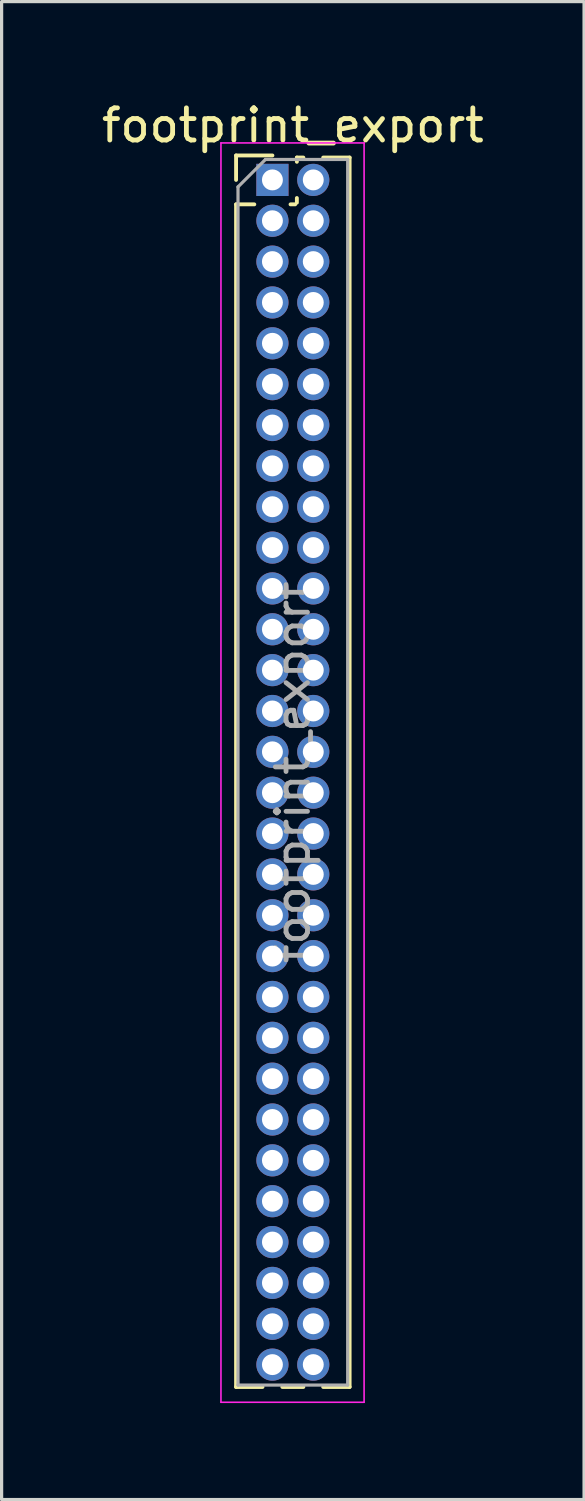
<source format=kicad_pcb>
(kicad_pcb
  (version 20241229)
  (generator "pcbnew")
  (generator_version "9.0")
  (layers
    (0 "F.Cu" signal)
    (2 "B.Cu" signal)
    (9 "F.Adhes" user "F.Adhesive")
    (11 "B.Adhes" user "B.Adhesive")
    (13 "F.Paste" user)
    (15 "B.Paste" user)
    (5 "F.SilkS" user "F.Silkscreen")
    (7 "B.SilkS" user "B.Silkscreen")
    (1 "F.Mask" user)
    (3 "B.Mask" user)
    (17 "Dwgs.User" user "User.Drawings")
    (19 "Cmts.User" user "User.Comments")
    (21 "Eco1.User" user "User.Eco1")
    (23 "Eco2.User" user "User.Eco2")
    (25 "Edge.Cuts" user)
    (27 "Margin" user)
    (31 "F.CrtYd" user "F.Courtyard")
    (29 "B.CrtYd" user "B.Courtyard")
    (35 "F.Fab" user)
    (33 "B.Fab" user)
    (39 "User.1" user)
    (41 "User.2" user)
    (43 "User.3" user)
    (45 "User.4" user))
  (footprint "footprint_export"
    (layer "F.Cu")
    (at 5.419 2.543)
    (property "Reference" "footprint_export" (at 0.635 -1.695 0) (layer "F.SilkS") (effects (font (size 1 1) (thickness 0.15))))
    (attr through_hole)
    (fp_line (start -1.13 -0.76) (end 0 -0.76) (stroke (width 0.12) (type solid)) (layer "F.SilkS"))
    (fp_line (start -1.13 0) (end -1.13 -0.76) (stroke (width 0.12) (type solid)) (layer "F.SilkS"))
    (fp_line (start -1.13 0.76) (end -1.13 37.525) (stroke (width 0.12) (type solid)) (layer "F.SilkS"))
    (fp_line (start -1.13 0.76) (end -0.563 0.76) (stroke (width 0.12) (type solid)) (layer "F.SilkS"))
    (fp_line (start -1.13 37.525) (end -0.308 37.525) (stroke (width 0.12) (type solid)) (layer "F.SilkS"))
    (fp_line (start 0.308 37.525) (end 0.962 37.525) (stroke (width 0.12) (type solid)) (layer "F.SilkS"))
    (fp_line (start 0.563 0.76) (end 0.707 0.76) (stroke (width 0.12) (type solid)) (layer "F.SilkS"))
    (fp_line (start 0.76 -0.695) (end 0.962 -0.695) (stroke (width 0.12) (type solid)) (layer "F.SilkS"))
    (fp_line (start 0.76 -0.563) (end 0.76 -0.695) (stroke (width 0.12) (type solid)) (layer "F.SilkS"))
    (fp_line (start 0.76 0.707) (end 0.76 0.563) (stroke (width 0.12) (type solid)) (layer "F.SilkS"))
    (fp_line (start 1.578 -0.695) (end 2.4 -0.695) (stroke (width 0.12) (type solid)) (layer "F.SilkS"))
    (fp_line (start 1.578 37.525) (end 2.4 37.525) (stroke (width 0.12) (type solid)) (layer "F.SilkS"))
    (fp_line (start 2.4 -0.695) (end 2.4 37.525) (stroke (width 0.12) (type solid)) (layer "F.SilkS"))
    (fp_line (start -1.6 -1.15) (end -1.6 38) (stroke (width 0.05) (type solid)) (layer "F.CrtYd"))
    (fp_line (start -1.6 38) (end 2.85 38) (stroke (width 0.05) (type solid)) (layer "F.CrtYd"))
    (fp_line (start 2.85 -1.15) (end -1.6 -1.15) (stroke (width 0.05) (type solid)) (layer "F.CrtYd"))
    (fp_line (start 2.85 38) (end 2.85 -1.15) (stroke (width 0.05) (type solid)) (layer "F.CrtYd"))
    (fp_line (start -1.07 0.217) (end -0.217 -0.635) (stroke (width 0.1) (type solid)) (layer "F.Fab"))
    (fp_line (start -1.07 37.465) (end -1.07 0.217) (stroke (width 0.1) (type solid)) (layer "F.Fab"))
    (fp_line (start -0.217 -0.635) (end 2.34 -0.635) (stroke (width 0.1) (type solid)) (layer "F.Fab"))
    (fp_line (start 2.34 -0.635) (end 2.34 37.465) (stroke (width 0.1) (type solid)) (layer "F.Fab"))
    (fp_line (start 2.34 37.465) (end -1.07 37.465) (stroke (width 0.1) (type solid)) (layer "F.Fab"))
    (fp_text user "${REFERENCE}" (at 0.635 18.415 90) (layer "F.Fab") (effects (font (size 1 1) (thickness 0.15))))
    (pad "1" thru_hole rect (at 0 0) (size 1 1) (drill 0.65) (layers "*.Cu" "*.Mask"))
    (pad "2" thru_hole oval (at 1.27 0) (size 1 1) (drill 0.65) (layers "*.Cu" "*.Mask"))
    (pad "3" thru_hole oval (at 0 1.27) (size 1 1) (drill 0.65) (layers "*.Cu" "*.Mask"))
    (pad "4" thru_hole oval (at 1.27 1.27) (size 1 1) (drill 0.65) (layers "*.Cu" "*.Mask"))
    (pad "5" thru_hole oval (at 0 2.54) (size 1 1) (drill 0.65) (layers "*.Cu" "*.Mask"))
    (pad "6" thru_hole oval (at 1.27 2.54) (size 1 1) (drill 0.65) (layers "*.Cu" "*.Mask"))
    (pad "7" thru_hole oval (at 0 3.81) (size 1 1) (drill 0.65) (layers "*.Cu" "*.Mask"))
    (pad "8" thru_hole oval (at 1.27 3.81) (size 1 1) (drill 0.65) (layers "*.Cu" "*.Mask"))
    (pad "9" thru_hole oval (at 0 5.08) (size 1 1) (drill 0.65) (layers "*.Cu" "*.Mask"))
    (pad "10" thru_hole oval (at 1.27 5.08) (size 1 1) (drill 0.65) (layers "*.Cu" "*.Mask"))
    (pad "11" thru_hole oval (at 0 6.35) (size 1 1) (drill 0.65) (layers "*.Cu" "*.Mask"))
    (pad "12" thru_hole oval (at 1.27 6.35) (size 1 1) (drill 0.65) (layers "*.Cu" "*.Mask"))
    (pad "13" thru_hole oval (at 0 7.62) (size 1 1) (drill 0.65) (layers "*.Cu" "*.Mask"))
    (pad "14" thru_hole oval (at 1.27 7.62) (size 1 1) (drill 0.65) (layers "*.Cu" "*.Mask"))
    (pad "15" thru_hole oval (at 0 8.89) (size 1 1) (drill 0.65) (layers "*.Cu" "*.Mask"))
    (pad "16" thru_hole oval (at 1.27 8.89) (size 1 1) (drill 0.65) (layers "*.Cu" "*.Mask"))
    (pad "17" thru_hole oval (at 0 10.16) (size 1 1) (drill 0.65) (layers "*.Cu" "*.Mask"))
    (pad "18" thru_hole oval (at 1.27 10.16) (size 1 1) (drill 0.65) (layers "*.Cu" "*.Mask"))
    (pad "19" thru_hole oval (at 0 11.43) (size 1 1) (drill 0.65) (layers "*.Cu" "*.Mask"))
    (pad "20" thru_hole oval (at 1.27 11.43) (size 1 1) (drill 0.65) (layers "*.Cu" "*.Mask"))
    (pad "21" thru_hole oval (at 0 12.7) (size 1 1) (drill 0.65) (layers "*.Cu" "*.Mask"))
    (pad "22" thru_hole oval (at 1.27 12.7) (size 1 1) (drill 0.65) (layers "*.Cu" "*.Mask"))
    (pad "23" thru_hole oval (at 0 13.97) (size 1 1) (drill 0.65) (layers "*.Cu" "*.Mask"))
    (pad "24" thru_hole oval (at 1.27 13.97) (size 1 1) (drill 0.65) (layers "*.Cu" "*.Mask"))
    (pad "25" thru_hole oval (at 0 15.24) (size 1 1) (drill 0.65) (layers "*.Cu" "*.Mask"))
    (pad "26" thru_hole oval (at 1.27 15.24) (size 1 1) (drill 0.65) (layers "*.Cu" "*.Mask"))
    (pad "27" thru_hole oval (at 0 16.51) (size 1 1) (drill 0.65) (layers "*.Cu" "*.Mask"))
    (pad "28" thru_hole oval (at 1.27 16.51) (size 1 1) (drill 0.65) (layers "*.Cu" "*.Mask"))
    (pad "29" thru_hole oval (at 0 17.78) (size 1 1) (drill 0.65) (layers "*.Cu" "*.Mask"))
    (pad "30" thru_hole oval (at 1.27 17.78) (size 1 1) (drill 0.65) (layers "*.Cu" "*.Mask"))
    (pad "31" thru_hole oval (at 0 19.05) (size 1 1) (drill 0.65) (layers "*.Cu" "*.Mask"))
    (pad "32" thru_hole oval (at 1.27 19.05) (size 1 1) (drill 0.65) (layers "*.Cu" "*.Mask"))
    (pad "33" thru_hole oval (at 0 20.32) (size 1 1) (drill 0.65) (layers "*.Cu" "*.Mask"))
    (pad "34" thru_hole oval (at 1.27 20.32) (size 1 1) (drill 0.65) (layers "*.Cu" "*.Mask"))
    (pad "35" thru_hole oval (at 0 21.59) (size 1 1) (drill 0.65) (layers "*.Cu" "*.Mask"))
    (pad "36" thru_hole oval (at 1.27 21.59) (size 1 1) (drill 0.65) (layers "*.Cu" "*.Mask"))
    (pad "37" thru_hole oval (at 0 22.86) (size 1 1) (drill 0.65) (layers "*.Cu" "*.Mask"))
    (pad "38" thru_hole oval (at 1.27 22.86) (size 1 1) (drill 0.65) (layers "*.Cu" "*.Mask"))
    (pad "39" thru_hole oval (at 0 24.13) (size 1 1) (drill 0.65) (layers "*.Cu" "*.Mask"))
    (pad "40" thru_hole oval (at 1.27 24.13) (size 1 1) (drill 0.65) (layers "*.Cu" "*.Mask"))
    (pad "41" thru_hole oval (at 0 25.4) (size 1 1) (drill 0.65) (layers "*.Cu" "*.Mask"))
    (pad "42" thru_hole oval (at 1.27 25.4) (size 1 1) (drill 0.65) (layers "*.Cu" "*.Mask"))
    (pad "43" thru_hole oval (at 0 26.67) (size 1 1) (drill 0.65) (layers "*.Cu" "*.Mask"))
    (pad "44" thru_hole oval (at 1.27 26.67) (size 1 1) (drill 0.65) (layers "*.Cu" "*.Mask"))
    (pad "45" thru_hole oval (at 0 27.94) (size 1 1) (drill 0.65) (layers "*.Cu" "*.Mask"))
    (pad "46" thru_hole oval (at 1.27 27.94) (size 1 1) (drill 0.65) (layers "*.Cu" "*.Mask"))
    (pad "47" thru_hole oval (at 0 29.21) (size 1 1) (drill 0.65) (layers "*.Cu" "*.Mask"))
    (pad "48" thru_hole oval (at 1.27 29.21) (size 1 1) (drill 0.65) (layers "*.Cu" "*.Mask"))
    (pad "49" thru_hole oval (at 0 30.48) (size 1 1) (drill 0.65) (layers "*.Cu" "*.Mask"))
    (pad "50" thru_hole oval (at 1.27 30.48) (size 1 1) (drill 0.65) (layers "*.Cu" "*.Mask"))
    (pad "51" thru_hole oval (at 0 31.75) (size 1 1) (drill 0.65) (layers "*.Cu" "*.Mask"))
    (pad "52" thru_hole oval (at 1.27 31.75) (size 1 1) (drill 0.65) (layers "*.Cu" "*.Mask"))
    (pad "53" thru_hole oval (at 0 33.02) (size 1 1) (drill 0.65) (layers "*.Cu" "*.Mask"))
    (pad "54" thru_hole oval (at 1.27 33.02) (size 1 1) (drill 0.65) (layers "*.Cu" "*.Mask"))
    (pad "55" thru_hole oval (at 0 34.29) (size 1 1) (drill 0.65) (layers "*.Cu" "*.Mask"))
    (pad "56" thru_hole oval (at 1.27 34.29) (size 1 1) (drill 0.65) (layers "*.Cu" "*.Mask"))
    (pad "57" thru_hole oval (at 0 35.56) (size 1 1) (drill 0.65) (layers "*.Cu" "*.Mask"))
    (pad "58" thru_hole oval (at 1.27 35.56) (size 1 1) (drill 0.65) (layers "*.Cu" "*.Mask"))
    (pad "59" thru_hole oval (at 0 36.83) (size 1 1) (drill 0.65) (layers "*.Cu" "*.Mask"))
    (pad "60" thru_hole oval (at 1.27 36.83) (size 1 1) (drill 0.65) (layers "*.Cu" "*.Mask")))
  (gr_rect
    (start -3 -3)
    (end 15.107 43.568)
    (stroke (width 0.1) (type default))
    (fill no)
    (layer "Edge.Cuts")))
</source>
